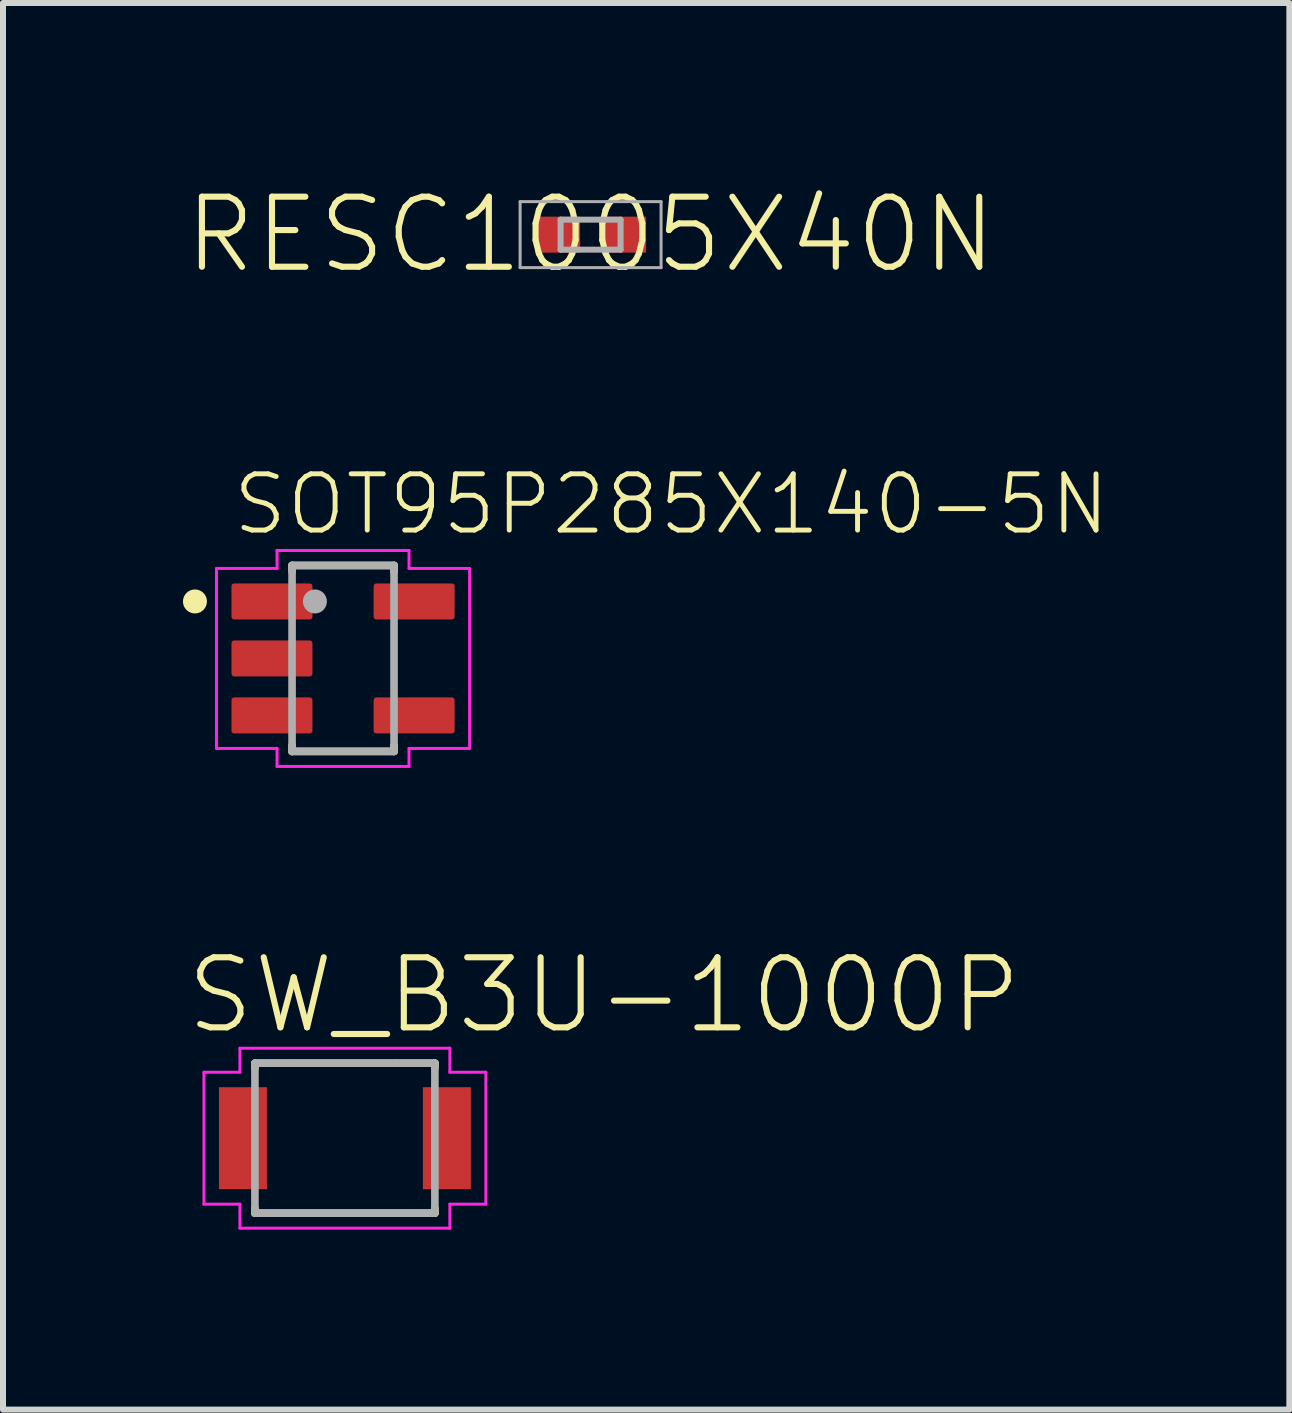
<source format=kicad_pcb>
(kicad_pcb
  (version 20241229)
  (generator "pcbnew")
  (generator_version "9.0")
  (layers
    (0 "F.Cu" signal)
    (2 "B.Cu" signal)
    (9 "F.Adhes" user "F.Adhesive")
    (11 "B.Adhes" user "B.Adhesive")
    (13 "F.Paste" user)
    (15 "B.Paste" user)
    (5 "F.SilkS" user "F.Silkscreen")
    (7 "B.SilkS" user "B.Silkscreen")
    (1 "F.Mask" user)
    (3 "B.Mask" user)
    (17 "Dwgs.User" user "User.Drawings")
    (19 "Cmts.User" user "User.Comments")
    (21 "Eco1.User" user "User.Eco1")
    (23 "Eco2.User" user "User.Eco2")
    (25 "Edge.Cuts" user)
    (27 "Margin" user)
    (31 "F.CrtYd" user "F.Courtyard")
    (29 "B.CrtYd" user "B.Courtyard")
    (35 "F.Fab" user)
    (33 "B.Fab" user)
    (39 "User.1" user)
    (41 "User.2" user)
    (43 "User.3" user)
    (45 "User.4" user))
  (footprint "SOT95P285X140-5N"
    (layer "F.Cu")
    (at 2.669 7.927)
    (property "Reference" "SOT95P285X140-5N" (at -1.884 -2.021 0) (layer "F.SilkS") (effects (font (size 0.938 0.938) (thickness 0.082)) (justify left bottom)))
    (fp_line (start -0.85 -1.55) (end -0.85 -1.45) (stroke (width 0.127) (type solid)) (layer "F.SilkS"))
    (fp_line (start -0.85 1.55) (end -0.85 1.45) (stroke (width 0.127) (type solid)) (layer "F.SilkS"))
    (fp_line (start 0.85 -1.55) (end -0.85 -1.55) (stroke (width 0.127) (type solid)) (layer "F.SilkS"))
    (fp_line (start 0.85 -1.55) (end 0.85 -1.45) (stroke (width 0.127) (type solid)) (layer "F.SilkS"))
    (fp_line (start 0.85 1.55) (end -0.85 1.55) (stroke (width 0.127) (type solid)) (layer "F.SilkS"))
    (fp_line (start 0.85 1.55) (end 0.85 1.45) (stroke (width 0.127) (type solid)) (layer "F.SilkS"))
    (fp_circle (center -2.469 -0.95) (end -2.369 -0.95) (stroke (width 0.2) (type solid)) (fill no) (layer "F.SilkS"))
    (fp_line (start -2.11 -1.5) (end -2.11 1.5) (stroke (width 0.05) (type solid)) (layer "F.CrtYd"))
    (fp_line (start -2.11 1.5) (end -1.1 1.5) (stroke (width 0.05) (type solid)) (layer "F.CrtYd"))
    (fp_line (start -1.1 -1.8) (end -1.1 -1.5) (stroke (width 0.05) (type solid)) (layer "F.CrtYd"))
    (fp_line (start -1.1 -1.5) (end -2.11 -1.5) (stroke (width 0.05) (type solid)) (layer "F.CrtYd"))
    (fp_line (start -1.1 1.5) (end -1.1 1.8) (stroke (width 0.05) (type solid)) (layer "F.CrtYd"))
    (fp_line (start -1.1 1.8) (end 1.1 1.8) (stroke (width 0.05) (type solid)) (layer "F.CrtYd"))
    (fp_line (start 1.1 -1.8) (end -1.1 -1.8) (stroke (width 0.05) (type solid)) (layer "F.CrtYd"))
    (fp_line (start 1.1 -1.5) (end 1.1 -1.8) (stroke (width 0.05) (type solid)) (layer "F.CrtYd"))
    (fp_line (start 1.1 1.5) (end 2.11 1.5) (stroke (width 0.05) (type solid)) (layer "F.CrtYd"))
    (fp_line (start 1.1 1.8) (end 1.1 1.5) (stroke (width 0.05) (type solid)) (layer "F.CrtYd"))
    (fp_line (start 2.11 -1.5) (end 1.1 -1.5) (stroke (width 0.05) (type solid)) (layer "F.CrtYd"))
    (fp_line (start 2.11 1.5) (end 2.11 -1.5) (stroke (width 0.05) (type solid)) (layer "F.CrtYd"))
    (fp_line (start -0.85 -1.55) (end 0.85 -1.55) (stroke (width 0.127) (type solid)) (layer "F.Fab"))
    (fp_line (start -0.85 1.55) (end -0.85 -1.55) (stroke (width 0.127) (type solid)) (layer "F.Fab"))
    (fp_line (start 0.85 -1.55) (end 0.85 1.55) (stroke (width 0.127) (type solid)) (layer "F.Fab"))
    (fp_line (start 0.85 1.55) (end -0.85 1.55) (stroke (width 0.127) (type solid)) (layer "F.Fab"))
    (fp_circle (center -0.469 -0.95) (end -0.369 -0.95) (stroke (width 0.2) (type solid)) (fill no) (layer "F.Fab"))
    (pad "1" smd roundrect (at -1.185 -0.95 270) (size 0.6 1.35) (layers "F.Cu" "F.Mask" "F.Paste") (roundrect_rratio 0.075))
    (pad "2" smd roundrect (at -1.185 0 270) (size 0.6 1.35) (layers "F.Cu" "F.Mask" "F.Paste") (roundrect_rratio 0.075))
    (pad "3" smd roundrect (at -1.185 0.95 270) (size 0.6 1.35) (layers "F.Cu" "F.Mask" "F.Paste") (roundrect_rratio 0.075))
    (pad "4" smd roundrect (at 1.185 0.95 270) (size 0.6 1.35) (layers "F.Cu" "F.Mask" "F.Paste") (roundrect_rratio 0.075))
    (pad "5" smd roundrect (at 1.185 -0.95 270) (size 0.6 1.35) (layers "F.Cu" "F.Mask" "F.Paste") (roundrect_rratio 0.075)))
  (footprint "SW_B3U-1000P"
    (layer "F.Cu")
    (at 2.7 15.925)
    (property "Reference" "SW_B3U-1000P" (at -2.7 -1.7 0) (layer "F.SilkS") (effects (font (size 1.168 1.168) (thickness 0.102)) (justify left bottom)))
    (fp_line (start -1.5 -1.25) (end 1.5 -1.25) (stroke (width 0.127) (type solid)) (layer "F.SilkS"))
    (fp_line (start -1.5 -1.17) (end -1.5 -1.25) (stroke (width 0.127) (type solid)) (layer "F.SilkS"))
    (fp_line (start -1.5 1.17) (end -1.5 1.25) (stroke (width 0.127) (type solid)) (layer "F.SilkS"))
    (fp_line (start -1.5 1.25) (end 1.5 1.25) (stroke (width 0.127) (type solid)) (layer "F.SilkS"))
    (fp_line (start 1.5 -1.25) (end 1.5 -1.17) (stroke (width 0.127) (type solid)) (layer "F.SilkS"))
    (fp_line (start 1.5 1.25) (end 1.5 1.17) (stroke (width 0.127) (type solid)) (layer "F.SilkS"))
    (fp_line (start -2.35 -1.1) (end -1.75 -1.1) (stroke (width 0.05) (type solid)) (layer "F.CrtYd"))
    (fp_line (start -2.35 1.1) (end -2.35 -1.1) (stroke (width 0.05) (type solid)) (layer "F.CrtYd"))
    (fp_line (start -1.75 -1.5) (end 1.75 -1.5) (stroke (width 0.05) (type solid)) (layer "F.CrtYd"))
    (fp_line (start -1.75 -1.1) (end -1.75 -1.5) (stroke (width 0.05) (type solid)) (layer "F.CrtYd"))
    (fp_line (start -1.75 1.1) (end -2.35 1.1) (stroke (width 0.05) (type solid)) (layer "F.CrtYd"))
    (fp_line (start -1.75 1.5) (end -1.75 1.1) (stroke (width 0.05) (type solid)) (layer "F.CrtYd"))
    (fp_line (start 1.75 -1.5) (end 1.75 -1.1) (stroke (width 0.05) (type solid)) (layer "F.CrtYd"))
    (fp_line (start 1.75 -1.1) (end 2.35 -1.1) (stroke (width 0.05) (type solid)) (layer "F.CrtYd"))
    (fp_line (start 1.75 1.1) (end 1.75 1.5) (stroke (width 0.05) (type solid)) (layer "F.CrtYd"))
    (fp_line (start 1.75 1.5) (end -1.75 1.5) (stroke (width 0.05) (type solid)) (layer "F.CrtYd"))
    (fp_line (start 2.35 -1.1) (end 2.35 1.1) (stroke (width 0.05) (type solid)) (layer "F.CrtYd"))
    (fp_line (start 2.35 1.1) (end 1.75 1.1) (stroke (width 0.05) (type solid)) (layer "F.CrtYd"))
    (fp_line (start -1.5 -1.25) (end -0.85 -1.25) (stroke (width 0.127) (type solid)) (layer "F.Fab"))
    (fp_line (start -1.5 1.25) (end -1.5 -1.25) (stroke (width 0.127) (type solid)) (layer "F.Fab"))
    (fp_line (start -0.85 -1.25) (end 0.85 -1.25) (stroke (width 0.127) (type solid)) (layer "F.Fab"))
    (fp_line (start 0.85 -1.25) (end 1.5 -1.25) (stroke (width 0.127) (type solid)) (layer "F.Fab"))
    (fp_line (start 1.5 -1.25) (end 1.5 1.25) (stroke (width 0.127) (type solid)) (layer "F.Fab"))
    (fp_line (start 1.5 1.25) (end -1.5 1.25) (stroke (width 0.127) (type solid)) (layer "F.Fab"))
    (pad "1" smd rect (at -1.7 0 90) (size 1.7 0.8) (layers "F.Cu" "F.Mask" "F.Paste"))
    (pad "2" smd rect (at 1.7 0 90) (size 1.7 0.8) (layers "F.Cu" "F.Mask" "F.Paste")))
  (footprint "RESC1005X40N"
    (layer "F.Cu")
    (at 6.796 0.862)
    (property "Reference" "RESC1005X40N" (at 0 0 0) (layer "F.SilkS") (effects (font (size 1.168 1.168) (thickness 0.102))))
    (fp_line (start -1.175 -0.55) (end 1.175 -0.55) (stroke (width 0.05) (type solid)) (layer "F.Fab"))
    (fp_line (start -1.175 0.55) (end -1.175 -0.55) (stroke (width 0.05) (type solid)) (layer "F.Fab"))
    (fp_line (start -0.5 -0.25) (end 0.5 -0.25) (stroke (width 0.1) (type solid)) (layer "F.Fab"))
    (fp_line (start -0.5 0.25) (end -0.5 -0.25) (stroke (width 0.1) (type solid)) (layer "F.Fab"))
    (fp_line (start 0.5 -0.25) (end 0.5 0.25) (stroke (width 0.1) (type solid)) (layer "F.Fab"))
    (fp_line (start 0.5 0.25) (end -0.5 0.25) (stroke (width 0.1) (type solid)) (layer "F.Fab"))
    (fp_line (start 1.175 -0.55) (end 1.175 0.55) (stroke (width 0.05) (type solid)) (layer "F.Fab"))
    (fp_line (start 1.175 0.55) (end -1.175 0.55) (stroke (width 0.05) (type solid)) (layer "F.Fab"))
    (pad "1" smd rect (at -0.55 0) (size 0.75 0.6) (layers "F.Cu" "F.Mask" "F.Paste"))
    (pad "2" smd rect (at 0.55 0) (size 0.75 0.6) (layers "F.Cu" "F.Mask" "F.Paste")))
  (gr_rect
    (start -3 -3)
    (end 18.445 20.45)
    (stroke (width 0.1) (type default))
    (fill no)
    (layer "Edge.Cuts")))
</source>
